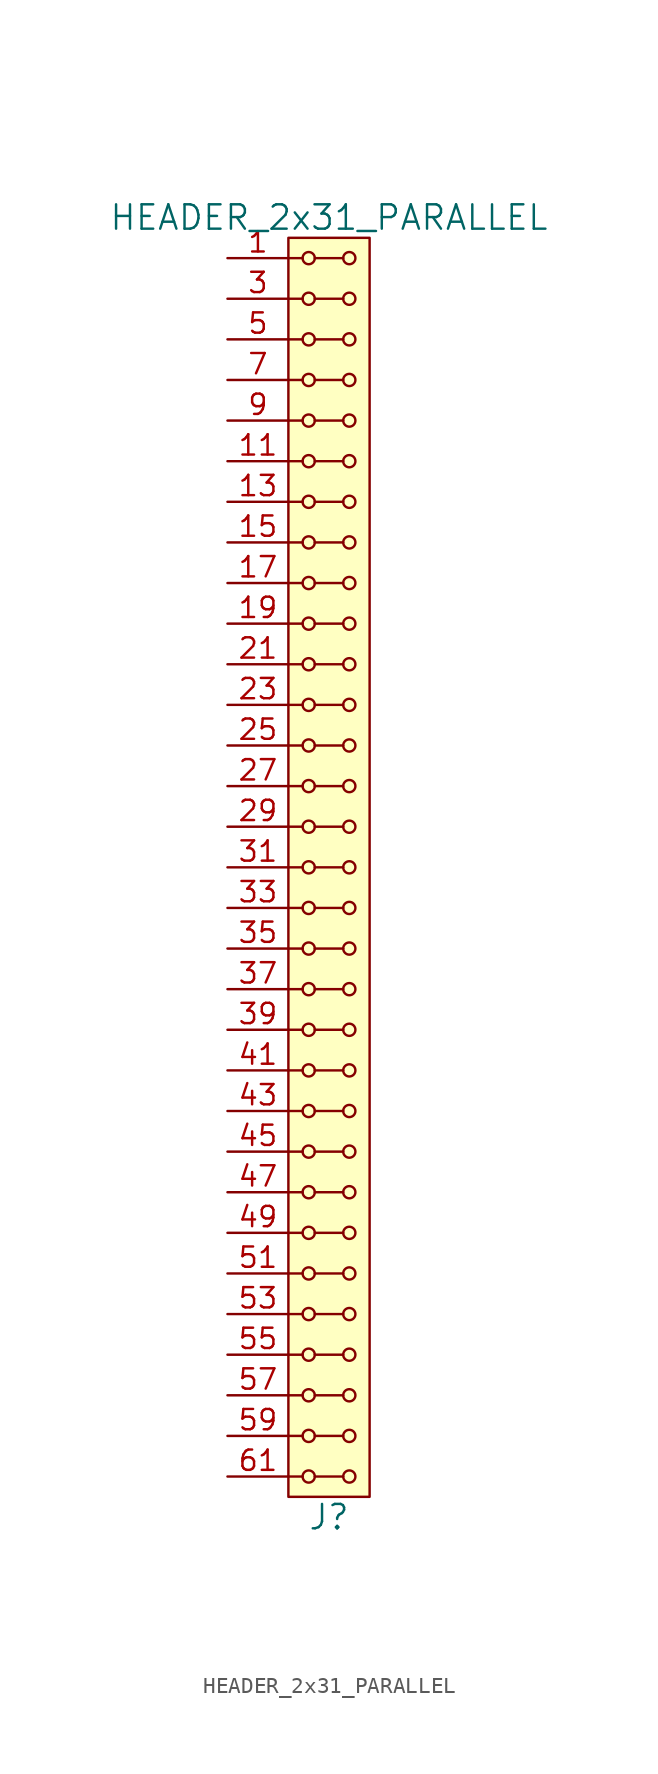
<source format=kicad_sym>
(kicad_symbol_lib
  (version 20211014)
  (generator kicad_symbol_editor)
  (symbol "HEADER_2x31_PARALLEL"
    (pin_names
      (offset 1.016))
    (property "Reference" "J"
      (at 0 -40.64 0)
      (effects (font (size 1.524 1.524))))
    (property "Value" "HEADER_2x31_PARALLEL"
      (at 0 40.64 0)
      (effects (font (size 1.524 1.524))))
    (property "Footprint" ""
      (at 0 38.1 0)
      (effects (font (size 1.524 1.524))))
    (property "Datasheet" ""
      (at 0 38.1 0)
      (effects (font (size 1.524 1.524))))
    (symbol "HEADER_2x31_PARALLEL_0_1"
      (rectangle (start -2.54 39.37) (end 2.54 -39.37) (stroke (width 0) (type default) (color 0 0 0 0)) (fill (type background)))
      (circle (center -1.27 -38.1) (radius 0.381) (stroke (width 0) (type default) (color 0 0 0 0)) (fill (type none)))
      (circle (center -1.27 -35.56) (radius 0.381) (stroke (width 0) (type default) (color 0 0 0 0)) (fill (type none)))
      (circle (center -1.27 -33.02) (radius 0.381) (stroke (width 0) (type default) (color 0 0 0 0)) (fill (type none)))
      (circle (center -1.27 -30.48) (radius 0.381) (stroke (width 0) (type default) (color 0 0 0 0)) (fill (type none)))
      (circle (center -1.27 -27.94) (radius 0.381) (stroke (width 0) (type default) (color 0 0 0 0)) (fill (type none)))
      (circle (center -1.27 -25.4) (radius 0.381) (stroke (width 0) (type default) (color 0 0 0 0)) (fill (type none)))
      (circle (center -1.27 -22.86) (radius 0.381) (stroke (width 0) (type default) (color 0 0 0 0)) (fill (type none)))
      (circle (center -1.27 -20.32) (radius 0.381) (stroke (width 0) (type default) (color 0 0 0 0)) (fill (type none)))
      (circle (center -1.27 -17.78) (radius 0.381) (stroke (width 0) (type default) (color 0 0 0 0)) (fill (type none)))
      (circle (center -1.27 -15.24) (radius 0.381) (stroke (width 0) (type default) (color 0 0 0 0)) (fill (type none)))
      (circle (center -1.27 -12.7) (radius 0.381) (stroke (width 0) (type default) (color 0 0 0 0)) (fill (type none)))
      (circle (center -1.27 -10.16) (radius 0.381) (stroke (width 0) (type default) (color 0 0 0 0)) (fill (type none)))
      (circle (center -1.27 -7.62) (radius 0.381) (stroke (width 0) (type default) (color 0 0 0 0)) (fill (type none)))
      (circle (center -1.27 -5.08) (radius 0.381) (stroke (width 0) (type default) (color 0 0 0 0)) (fill (type none)))
      (circle (center -1.27 -2.54) (radius 0.381) (stroke (width 0) (type default) (color 0 0 0 0)) (fill (type none)))
      (circle (center -1.27 0) (radius 0.381) (stroke (width 0) (type default) (color 0 0 0 0)) (fill (type none)))
      (circle (center -1.27 2.54) (radius 0.381) (stroke (width 0) (type default) (color 0 0 0 0)) (fill (type none)))
      (circle (center -1.27 5.08) (radius 0.381) (stroke (width 0) (type default) (color 0 0 0 0)) (fill (type none)))
      (circle (center -1.27 7.62) (radius 0.381) (stroke (width 0) (type default) (color 0 0 0 0)) (fill (type none)))
      (circle (center -1.27 10.16) (radius 0.381) (stroke (width 0) (type default) (color 0 0 0 0)) (fill (type none)))
      (circle (center -1.27 12.7) (radius 0.381) (stroke (width 0) (type default) (color 0 0 0 0)) (fill (type none)))
      (circle (center -1.27 15.24) (radius 0.381) (stroke (width 0) (type default) (color 0 0 0 0)) (fill (type none)))
      (circle (center -1.27 17.78) (radius 0.381) (stroke (width 0) (type default) (color 0 0 0 0)) (fill (type none)))
      (circle (center -1.27 20.32) (radius 0.381) (stroke (width 0) (type default) (color 0 0 0 0)) (fill (type none)))
      (circle (center -1.27 22.86) (radius 0.381) (stroke (width 0) (type default) (color 0 0 0 0)) (fill (type none)))
      (circle (center -1.27 25.4) (radius 0.381) (stroke (width 0) (type default) (color 0 0 0 0)) (fill (type none)))
      (circle (center -1.27 27.94) (radius 0.381) (stroke (width 0) (type default) (color 0 0 0 0)) (fill (type none)))
      (circle (center -1.27 30.48) (radius 0.381) (stroke (width 0) (type default) (color 0 0 0 0)) (fill (type none)))
      (circle (center -1.27 33.02) (radius 0.381) (stroke (width 0) (type default) (color 0 0 0 0)) (fill (type none)))
      (circle (center -1.27 35.56) (radius 0.381) (stroke (width 0) (type default) (color 0 0 0 0)) (fill (type none)))
      (circle (center -1.27 38.1) (radius 0.381) (stroke (width 0) (type default) (color 0 0 0 0)) (fill (type none)))
      (polyline (pts (xy -1.651 -38.1) (xy -2.54 -38.1)) (stroke (width 0) (type default) (color 0 0 0 0)) (fill (type none)))
      (polyline (pts (xy -1.651 -35.56) (xy -2.54 -35.56)) (stroke (width 0) (type default) (color 0 0 0 0)) (fill (type none)))
      (polyline (pts (xy -1.651 -33.02) (xy -2.54 -33.02)) (stroke (width 0) (type default) (color 0 0 0 0)) (fill (type none)))
      (polyline (pts (xy -1.651 -30.48) (xy -2.54 -30.48)) (stroke (width 0) (type default) (color 0 0 0 0)) (fill (type none)))
      (polyline (pts (xy -1.651 -27.94) (xy -2.54 -27.94)) (stroke (width 0) (type default) (color 0 0 0 0)) (fill (type none)))
      (polyline (pts (xy -1.651 -25.4) (xy -2.54 -25.4)) (stroke (width 0) (type default) (color 0 0 0 0)) (fill (type none)))
      (polyline (pts (xy -1.651 -22.86) (xy -2.54 -22.86)) (stroke (width 0) (type default) (color 0 0 0 0)) (fill (type none)))
      (polyline (pts (xy -1.651 -20.32) (xy -2.54 -20.32)) (stroke (width 0) (type default) (color 0 0 0 0)) (fill (type none)))
      (polyline (pts (xy -1.651 -17.78) (xy -2.54 -17.78)) (stroke (width 0) (type default) (color 0 0 0 0)) (fill (type none)))
      (polyline (pts (xy -1.651 -15.24) (xy -2.54 -15.24)) (stroke (width 0) (type default) (color 0 0 0 0)) (fill (type none)))
      (polyline (pts (xy -1.651 -12.7) (xy -2.54 -12.7)) (stroke (width 0) (type default) (color 0 0 0 0)) (fill (type none)))
      (polyline (pts (xy -1.651 -10.16) (xy -2.54 -10.16)) (stroke (width 0) (type default) (color 0 0 0 0)) (fill (type none)))
      (polyline (pts (xy -1.651 -7.62) (xy -2.54 -7.62)) (stroke (width 0) (type default) (color 0 0 0 0)) (fill (type none)))
      (polyline (pts (xy -1.651 -5.08) (xy -2.54 -5.08)) (stroke (width 0) (type default) (color 0 0 0 0)) (fill (type none)))
      (polyline (pts (xy -1.651 -2.54) (xy -2.54 -2.54)) (stroke (width 0) (type default) (color 0 0 0 0)) (fill (type none)))
      (polyline (pts (xy -1.651 0) (xy -2.54 0)) (stroke (width 0) (type default) (color 0 0 0 0)) (fill (type none)))
      (polyline (pts (xy -1.651 2.54) (xy -2.54 2.54)) (stroke (width 0) (type default) (color 0 0 0 0)) (fill (type none)))
      (polyline (pts (xy -1.651 5.08) (xy -2.54 5.08)) (stroke (width 0) (type default) (color 0 0 0 0)) (fill (type none)))
      (polyline (pts (xy -1.651 7.62) (xy -2.54 7.62)) (stroke (width 0) (type default) (color 0 0 0 0)) (fill (type none)))
      (polyline (pts (xy -1.651 10.16) (xy -2.54 10.16)) (stroke (width 0) (type default) (color 0 0 0 0)) (fill (type none)))
      (polyline (pts (xy -1.651 12.7) (xy -2.54 12.7)) (stroke (width 0) (type default) (color 0 0 0 0)) (fill (type none)))
      (polyline (pts (xy -1.651 15.24) (xy -2.54 15.24)) (stroke (width 0) (type default) (color 0 0 0 0)) (fill (type none)))
      (polyline (pts (xy -1.651 17.78) (xy -2.54 17.78)) (stroke (width 0) (type default) (color 0 0 0 0)) (fill (type none)))
      (polyline (pts (xy -1.651 20.32) (xy -2.54 20.32)) (stroke (width 0) (type default) (color 0 0 0 0)) (fill (type none)))
      (polyline (pts (xy -1.651 22.86) (xy -2.54 22.86)) (stroke (width 0) (type default) (color 0 0 0 0)) (fill (type none)))
      (polyline (pts (xy -1.651 25.4) (xy -2.54 25.4)) (stroke (width 0) (type default) (color 0 0 0 0)) (fill (type none)))
      (polyline (pts (xy -1.651 27.94) (xy -2.54 27.94)) (stroke (width 0) (type default) (color 0 0 0 0)) (fill (type none)))
      (polyline (pts (xy -1.651 30.48) (xy -2.54 30.48)) (stroke (width 0) (type default) (color 0 0 0 0)) (fill (type none)))
      (polyline (pts (xy -1.651 33.02) (xy -2.54 33.02)) (stroke (width 0) (type default) (color 0 0 0 0)) (fill (type none)))
      (polyline (pts (xy -1.651 35.56) (xy -2.54 35.56)) (stroke (width 0) (type default) (color 0 0 0 0)) (fill (type none)))
      (polyline (pts (xy -1.651 38.1) (xy -2.54 38.1)) (stroke (width 0) (type default) (color 0 0 0 0)) (fill (type none)))
      (polyline (pts (xy -0.889 -38.1) (xy 0.889 -38.1)) (stroke (width 0) (type default) (color 0 0 0 0)) (fill (type none)))
      (polyline (pts (xy -0.889 -35.56) (xy 0.889 -35.56)) (stroke (width 0) (type default) (color 0 0 0 0)) (fill (type none)))
      (polyline (pts (xy -0.889 -33.02) (xy 0.889 -33.02)) (stroke (width 0) (type default) (color 0 0 0 0)) (fill (type none)))
      (polyline (pts (xy -0.889 -30.48) (xy 0.889 -30.48)) (stroke (width 0) (type default) (color 0 0 0 0)) (fill (type none)))
      (polyline (pts (xy -0.889 -27.94) (xy 0.889 -27.94)) (stroke (width 0) (type default) (color 0 0 0 0)) (fill (type none)))
      (polyline (pts (xy -0.889 -25.4) (xy 0.889 -25.4)) (stroke (width 0) (type default) (color 0 0 0 0)) (fill (type none)))
      (polyline (pts (xy -0.889 -22.86) (xy 0.889 -22.86)) (stroke (width 0) (type default) (color 0 0 0 0)) (fill (type none)))
      (polyline (pts (xy -0.889 -20.32) (xy 0.889 -20.32)) (stroke (width 0) (type default) (color 0 0 0 0)) (fill (type none)))
      (polyline (pts (xy -0.889 -17.78) (xy 0.889 -17.78)) (stroke (width 0) (type default) (color 0 0 0 0)) (fill (type none)))
      (polyline (pts (xy -0.889 -15.24) (xy 0.889 -15.24)) (stroke (width 0) (type default) (color 0 0 0 0)) (fill (type none)))
      (polyline (pts (xy -0.889 -12.7) (xy 0.889 -12.7)) (stroke (width 0) (type default) (color 0 0 0 0)) (fill (type none)))
      (polyline (pts (xy -0.889 -10.16) (xy 0.889 -10.16)) (stroke (width 0) (type default) (color 0 0 0 0)) (fill (type none)))
      (polyline (pts (xy -0.889 -7.62) (xy 0.889 -7.62)) (stroke (width 0) (type default) (color 0 0 0 0)) (fill (type none)))
      (polyline (pts (xy -0.889 -5.08) (xy 0.889 -5.08)) (stroke (width 0) (type default) (color 0 0 0 0)) (fill (type none)))
      (polyline (pts (xy -0.889 -2.54) (xy 0.889 -2.54)) (stroke (width 0) (type default) (color 0 0 0 0)) (fill (type none)))
      (polyline (pts (xy -0.889 0) (xy 0.889 0)) (stroke (width 0) (type default) (color 0 0 0 0)) (fill (type none)))
      (polyline (pts (xy -0.889 2.54) (xy 0.889 2.54)) (stroke (width 0) (type default) (color 0 0 0 0)) (fill (type none)))
      (polyline (pts (xy -0.889 5.08) (xy 0.889 5.08)) (stroke (width 0) (type default) (color 0 0 0 0)) (fill (type none)))
      (polyline (pts (xy -0.889 7.62) (xy 0.889 7.62)) (stroke (width 0) (type default) (color 0 0 0 0)) (fill (type none)))
      (polyline (pts (xy -0.889 10.16) (xy 0.889 10.16)) (stroke (width 0) (type default) (color 0 0 0 0)) (fill (type none)))
      (polyline (pts (xy -0.889 12.7) (xy 0.889 12.7)) (stroke (width 0) (type default) (color 0 0 0 0)) (fill (type none)))
      (polyline (pts (xy -0.889 15.24) (xy 0.889 15.24)) (stroke (width 0) (type default) (color 0 0 0 0)) (fill (type none)))
      (polyline (pts (xy -0.889 17.78) (xy 0.889 17.78)) (stroke (width 0) (type default) (color 0 0 0 0)) (fill (type none)))
      (polyline (pts (xy -0.889 20.32) (xy 0.889 20.32)) (stroke (width 0) (type default) (color 0 0 0 0)) (fill (type none)))
      (polyline (pts (xy -0.889 22.86) (xy 0.889 22.86)) (stroke (width 0) (type default) (color 0 0 0 0)) (fill (type none)))
      (polyline (pts (xy -0.889 25.4) (xy 0.889 25.4)) (stroke (width 0) (type default) (color 0 0 0 0)) (fill (type none)))
      (polyline (pts (xy -0.889 27.94) (xy 0.889 27.94)) (stroke (width 0) (type default) (color 0 0 0 0)) (fill (type none)))
      (polyline (pts (xy -0.889 30.48) (xy 0.889 30.48)) (stroke (width 0) (type default) (color 0 0 0 0)) (fill (type none)))
      (polyline (pts (xy -0.889 33.02) (xy 0.889 33.02)) (stroke (width 0) (type default) (color 0 0 0 0)) (fill (type none)))
      (polyline (pts (xy -0.889 35.56) (xy 0.889 35.56)) (stroke (width 0) (type default) (color 0 0 0 0)) (fill (type none)))
      (polyline (pts (xy -0.889 38.1) (xy 0.889 38.1)) (stroke (width 0) (type default) (color 0 0 0 0)) (fill (type none)))
      (circle (center 1.27 -38.1) (radius 0.381) (stroke (width 0) (type default) (color 0 0 0 0)) (fill (type none)))
      (circle (center 1.27 -35.56) (radius 0.381) (stroke (width 0) (type default) (color 0 0 0 0)) (fill (type none)))
      (circle (center 1.27 -33.02) (radius 0.381) (stroke (width 0) (type default) (color 0 0 0 0)) (fill (type none)))
      (circle (center 1.27 -30.48) (radius 0.381) (stroke (width 0) (type default) (color 0 0 0 0)) (fill (type none)))
      (circle (center 1.27 -27.94) (radius 0.381) (stroke (width 0) (type default) (color 0 0 0 0)) (fill (type none)))
      (circle (center 1.27 -25.4) (radius 0.381) (stroke (width 0) (type default) (color 0 0 0 0)) (fill (type none)))
      (circle (center 1.27 -22.86) (radius 0.381) (stroke (width 0) (type default) (color 0 0 0 0)) (fill (type none)))
      (circle (center 1.27 -20.32) (radius 0.381) (stroke (width 0) (type default) (color 0 0 0 0)) (fill (type none)))
      (circle (center 1.27 -17.78) (radius 0.381) (stroke (width 0) (type default) (color 0 0 0 0)) (fill (type none)))
      (circle (center 1.27 -15.24) (radius 0.381) (stroke (width 0) (type default) (color 0 0 0 0)) (fill (type none)))
      (circle (center 1.27 -12.7) (radius 0.381) (stroke (width 0) (type default) (color 0 0 0 0)) (fill (type none)))
      (circle (center 1.27 -10.16) (radius 0.381) (stroke (width 0) (type default) (color 0 0 0 0)) (fill (type none)))
      (circle (center 1.27 -7.62) (radius 0.381) (stroke (width 0) (type default) (color 0 0 0 0)) (fill (type none)))
      (circle (center 1.27 -5.08) (radius 0.381) (stroke (width 0) (type default) (color 0 0 0 0)) (fill (type none)))
      (circle (center 1.27 -2.54) (radius 0.381) (stroke (width 0) (type default) (color 0 0 0 0)) (fill (type none)))
      (circle (center 1.27 0) (radius 0.381) (stroke (width 0) (type default) (color 0 0 0 0)) (fill (type none)))
      (circle (center 1.27 2.54) (radius 0.381) (stroke (width 0) (type default) (color 0 0 0 0)) (fill (type none)))
      (circle (center 1.27 5.08) (radius 0.381) (stroke (width 0) (type default) (color 0 0 0 0)) (fill (type none)))
      (circle (center 1.27 7.62) (radius 0.381) (stroke (width 0) (type default) (color 0 0 0 0)) (fill (type none)))
      (circle (center 1.27 10.16) (radius 0.381) (stroke (width 0) (type default) (color 0 0 0 0)) (fill (type none)))
      (circle (center 1.27 12.7) (radius 0.381) (stroke (width 0) (type default) (color 0 0 0 0)) (fill (type none)))
      (circle (center 1.27 15.24) (radius 0.381) (stroke (width 0) (type default) (color 0 0 0 0)) (fill (type none)))
      (circle (center 1.27 17.78) (radius 0.381) (stroke (width 0) (type default) (color 0 0 0 0)) (fill (type none)))
      (circle (center 1.27 20.32) (radius 0.381) (stroke (width 0) (type default) (color 0 0 0 0)) (fill (type none)))
      (circle (center 1.27 22.86) (radius 0.381) (stroke (width 0) (type default) (color 0 0 0 0)) (fill (type none)))
      (circle (center 1.27 25.4) (radius 0.381) (stroke (width 0) (type default) (color 0 0 0 0)) (fill (type none)))
      (circle (center 1.27 27.94) (radius 0.381) (stroke (width 0) (type default) (color 0 0 0 0)) (fill (type none)))
      (circle (center 1.27 30.48) (radius 0.381) (stroke (width 0) (type default) (color 0 0 0 0)) (fill (type none)))
      (circle (center 1.27 33.02) (radius 0.381) (stroke (width 0) (type default) (color 0 0 0 0)) (fill (type none)))
      (circle (center 1.27 35.56) (radius 0.381) (stroke (width 0) (type default) (color 0 0 0 0)) (fill (type none)))
      (circle (center 1.27 38.1) (radius 0.381) (stroke (width 0) (type default) (color 0 0 0 0)) (fill (type none))))
    (symbol "HEADER_2x31_PARALLEL_1_1"
      (pin input line (at -6.35 38.1 0) (length 3.81) (name "~" (effects (font (size 1.27 1.27)))) (number "1" (effects (font (size 1.27 1.27)))))
      (pin input line (at -6.35 27.94 0) (length 3.81) hide (name "~" (effects (font (size 1.27 1.27)))) (number "10" (effects (font (size 1.27 1.27)))))
      (pin input line (at -6.35 25.4 0) (length 3.81) (name "~" (effects (font (size 1.27 1.27)))) (number "11" (effects (font (size 1.27 1.27)))))
      (pin input line (at -6.35 25.4 0) (length 3.81) hide (name "~" (effects (font (size 1.27 1.27)))) (number "12" (effects (font (size 1.27 1.27)))))
      (pin input line (at -6.35 22.86 0) (length 3.81) (name "~" (effects (font (size 1.27 1.27)))) (number "13" (effects (font (size 1.27 1.27)))))
      (pin input line (at -6.35 22.86 0) (length 3.81) hide (name "~" (effects (font (size 1.27 1.27)))) (number "14" (effects (font (size 1.27 1.27)))))
      (pin input line (at -6.35 20.32 0) (length 3.81) (name "~" (effects (font (size 1.27 1.27)))) (number "15" (effects (font (size 1.27 1.27)))))
      (pin input line (at -6.35 20.32 0) (length 3.81) hide (name "~" (effects (font (size 1.27 1.27)))) (number "16" (effects (font (size 1.27 1.27)))))
      (pin input line (at -6.35 17.78 0) (length 3.81) (name "~" (effects (font (size 1.27 1.27)))) (number "17" (effects (font (size 1.27 1.27)))))
      (pin input line (at -6.35 17.78 0) (length 3.81) hide (name "~" (effects (font (size 1.27 1.27)))) (number "18" (effects (font (size 1.27 1.27)))))
      (pin input line (at -6.35 15.24 0) (length 3.81) (name "~" (effects (font (size 1.27 1.27)))) (number "19" (effects (font (size 1.27 1.27)))))
      (pin input line (at -6.35 38.1 0) (length 3.81) hide (name "~" (effects (font (size 1.27 1.27)))) (number "2" (effects (font (size 1.27 1.27)))))
      (pin input line (at -6.35 15.24 0) (length 3.81) hide (name "~" (effects (font (size 1.27 1.27)))) (number "20" (effects (font (size 1.27 1.27)))))
      (pin input line (at -6.35 12.7 0) (length 3.81) (name "~" (effects (font (size 1.27 1.27)))) (number "21" (effects (font (size 1.27 1.27)))))
      (pin input line (at -6.35 12.7 0) (length 3.81) hide (name "~" (effects (font (size 1.27 1.27)))) (number "22" (effects (font (size 1.27 1.27)))))
      (pin input line (at -6.35 10.16 0) (length 3.81) (name "~" (effects (font (size 1.27 1.27)))) (number "23" (effects (font (size 1.27 1.27)))))
      (pin input line (at -6.35 10.16 0) (length 3.81) hide (name "~" (effects (font (size 1.27 1.27)))) (number "24" (effects (font (size 1.27 1.27)))))
      (pin input line (at -6.35 7.62 0) (length 3.81) (name "~" (effects (font (size 1.27 1.27)))) (number "25" (effects (font (size 1.27 1.27)))))
      (pin input line (at -6.35 7.62 0) (length 3.81) hide (name "~" (effects (font (size 1.27 1.27)))) (number "26" (effects (font (size 1.27 1.27)))))
      (pin input line (at -6.35 5.08 0) (length 3.81) (name "~" (effects (font (size 1.27 1.27)))) (number "27" (effects (font (size 1.27 1.27)))))
      (pin input line (at -6.35 5.08 0) (length 3.81) hide (name "~" (effects (font (size 1.27 1.27)))) (number "28" (effects (font (size 1.27 1.27)))))
      (pin input line (at -6.35 2.54 0) (length 3.81) (name "~" (effects (font (size 1.27 1.27)))) (number "29" (effects (font (size 1.27 1.27)))))
      (pin input line (at -6.35 35.56 0) (length 3.81) (name "~" (effects (font (size 1.27 1.27)))) (number "3" (effects (font (size 1.27 1.27)))))
      (pin input line (at -6.35 2.54 0) (length 3.81) hide (name "~" (effects (font (size 1.27 1.27)))) (number "30" (effects (font (size 1.27 1.27)))))
      (pin input line (at -6.35 0 0) (length 3.81) (name "~" (effects (font (size 1.27 1.27)))) (number "31" (effects (font (size 1.27 1.27)))))
      (pin input line (at -6.35 0 0) (length 3.81) hide (name "~" (effects (font (size 1.27 1.27)))) (number "32" (effects (font (size 1.27 1.27)))))
      (pin input line (at -6.35 -2.54 0) (length 3.81) (name "~" (effects (font (size 1.27 1.27)))) (number "33" (effects (font (size 1.27 1.27)))))
      (pin input line (at -6.35 -2.54 0) (length 3.81) hide (name "~" (effects (font (size 1.27 1.27)))) (number "34" (effects (font (size 1.27 1.27)))))
      (pin input line (at -6.35 -5.08 0) (length 3.81) (name "~" (effects (font (size 1.27 1.27)))) (number "35" (effects (font (size 1.27 1.27)))))
      (pin input line (at -6.35 -5.08 0) (length 3.81) hide (name "~" (effects (font (size 1.27 1.27)))) (number "36" (effects (font (size 1.27 1.27)))))
      (pin input line (at -6.35 -7.62 0) (length 3.81) (name "~" (effects (font (size 1.27 1.27)))) (number "37" (effects (font (size 1.27 1.27)))))
      (pin input line (at -6.35 -7.62 0) (length 3.81) hide (name "~" (effects (font (size 1.27 1.27)))) (number "38" (effects (font (size 1.27 1.27)))))
      (pin input line (at -6.35 -10.16 0) (length 3.81) (name "~" (effects (font (size 1.27 1.27)))) (number "39" (effects (font (size 1.27 1.27)))))
      (pin input line (at -6.35 35.56 0) (length 3.81) hide (name "~" (effects (font (size 1.27 1.27)))) (number "4" (effects (font (size 1.27 1.27)))))
      (pin input line (at -6.35 -10.16 0) (length 3.81) hide (name "~" (effects (font (size 1.27 1.27)))) (number "40" (effects (font (size 1.27 1.27)))))
      (pin input line (at -6.35 -12.7 0) (length 3.81) (name "~" (effects (font (size 1.27 1.27)))) (number "41" (effects (font (size 1.27 1.27)))))
      (pin input line (at -6.35 -12.7 0) (length 3.81) hide (name "~" (effects (font (size 1.27 1.27)))) (number "42" (effects (font (size 1.27 1.27)))))
      (pin input line (at -6.35 -15.24 0) (length 3.81) (name "~" (effects (font (size 1.27 1.27)))) (number "43" (effects (font (size 1.27 1.27)))))
      (pin input line (at -6.35 -15.24 0) (length 3.81) hide (name "~" (effects (font (size 1.27 1.27)))) (number "44" (effects (font (size 1.27 1.27)))))
      (pin input line (at -6.35 -17.78 0) (length 3.81) (name "~" (effects (font (size 1.27 1.27)))) (number "45" (effects (font (size 1.27 1.27)))))
      (pin input line (at -6.35 -17.78 0) (length 3.81) hide (name "~" (effects (font (size 1.27 1.27)))) (number "46" (effects (font (size 1.27 1.27)))))
      (pin input line (at -6.35 -20.32 0) (length 3.81) (name "~" (effects (font (size 1.27 1.27)))) (number "47" (effects (font (size 1.27 1.27)))))
      (pin input line (at -6.35 -20.32 0) (length 3.81) hide (name "~" (effects (font (size 1.27 1.27)))) (number "48" (effects (font (size 1.27 1.27)))))
      (pin input line (at -6.35 -22.86 0) (length 3.81) (name "~" (effects (font (size 1.27 1.27)))) (number "49" (effects (font (size 1.27 1.27)))))
      (pin input line (at -6.35 33.02 0) (length 3.81) (name "~" (effects (font (size 1.27 1.27)))) (number "5" (effects (font (size 1.27 1.27)))))
      (pin input line (at -6.35 -22.86 0) (length 3.81) hide (name "~" (effects (font (size 1.27 1.27)))) (number "50" (effects (font (size 1.27 1.27)))))
      (pin input line (at -6.35 -25.4 0) (length 3.81) (name "~" (effects (font (size 1.27 1.27)))) (number "51" (effects (font (size 1.27 1.27)))))
      (pin input line (at -6.35 -25.4 0) (length 3.81) hide (name "~" (effects (font (size 1.27 1.27)))) (number "52" (effects (font (size 1.27 1.27)))))
      (pin input line (at -6.35 -27.94 0) (length 3.81) (name "~" (effects (font (size 1.27 1.27)))) (number "53" (effects (font (size 1.27 1.27)))))
      (pin input line (at -6.35 -27.94 0) (length 3.81) hide (name "~" (effects (font (size 1.27 1.27)))) (number "54" (effects (font (size 1.27 1.27)))))
      (pin input line (at -6.35 -30.48 0) (length 3.81) (name "~" (effects (font (size 1.27 1.27)))) (number "55" (effects (font (size 1.27 1.27)))))
      (pin input line (at -6.35 -30.48 0) (length 3.81) hide (name "~" (effects (font (size 1.27 1.27)))) (number "56" (effects (font (size 1.27 1.27)))))
      (pin input line (at -6.35 -33.02 0) (length 3.81) (name "~" (effects (font (size 1.27 1.27)))) (number "57" (effects (font (size 1.27 1.27)))))
      (pin input line (at -6.35 -33.02 0) (length 3.81) hide (name "~" (effects (font (size 1.27 1.27)))) (number "58" (effects (font (size 1.27 1.27)))))
      (pin input line (at -6.35 -35.56 0) (length 3.81) (name "~" (effects (font (size 1.27 1.27)))) (number "59" (effects (font (size 1.27 1.27)))))
      (pin input line (at -6.35 33.02 0) (length 3.81) hide (name "~" (effects (font (size 1.27 1.27)))) (number "6" (effects (font (size 1.27 1.27)))))
      (pin input line (at -6.35 -35.56 0) (length 3.81) hide (name "~" (effects (font (size 1.27 1.27)))) (number "60" (effects (font (size 1.27 1.27)))))
      (pin input line (at -6.35 -38.1 0) (length 3.81) (name "~" (effects (font (size 1.27 1.27)))) (number "61" (effects (font (size 1.27 1.27)))))
      (pin input line (at -6.35 -38.1 0) (length 3.81) hide (name "~" (effects (font (size 1.27 1.27)))) (number "62" (effects (font (size 1.27 1.27)))))
      (pin input line (at -6.35 30.48 0) (length 3.81) (name "~" (effects (font (size 1.27 1.27)))) (number "7" (effects (font (size 1.27 1.27)))))
      (pin input line (at -6.35 30.48 0) (length 3.81) hide (name "~" (effects (font (size 1.27 1.27)))) (number "8" (effects (font (size 1.27 1.27)))))
      (pin input line (at -6.35 27.94 0) (length 3.81) (name "~" (effects (font (size 1.27 1.27)))) (number "9" (effects (font (size 1.27 1.27))))))))
</source>
